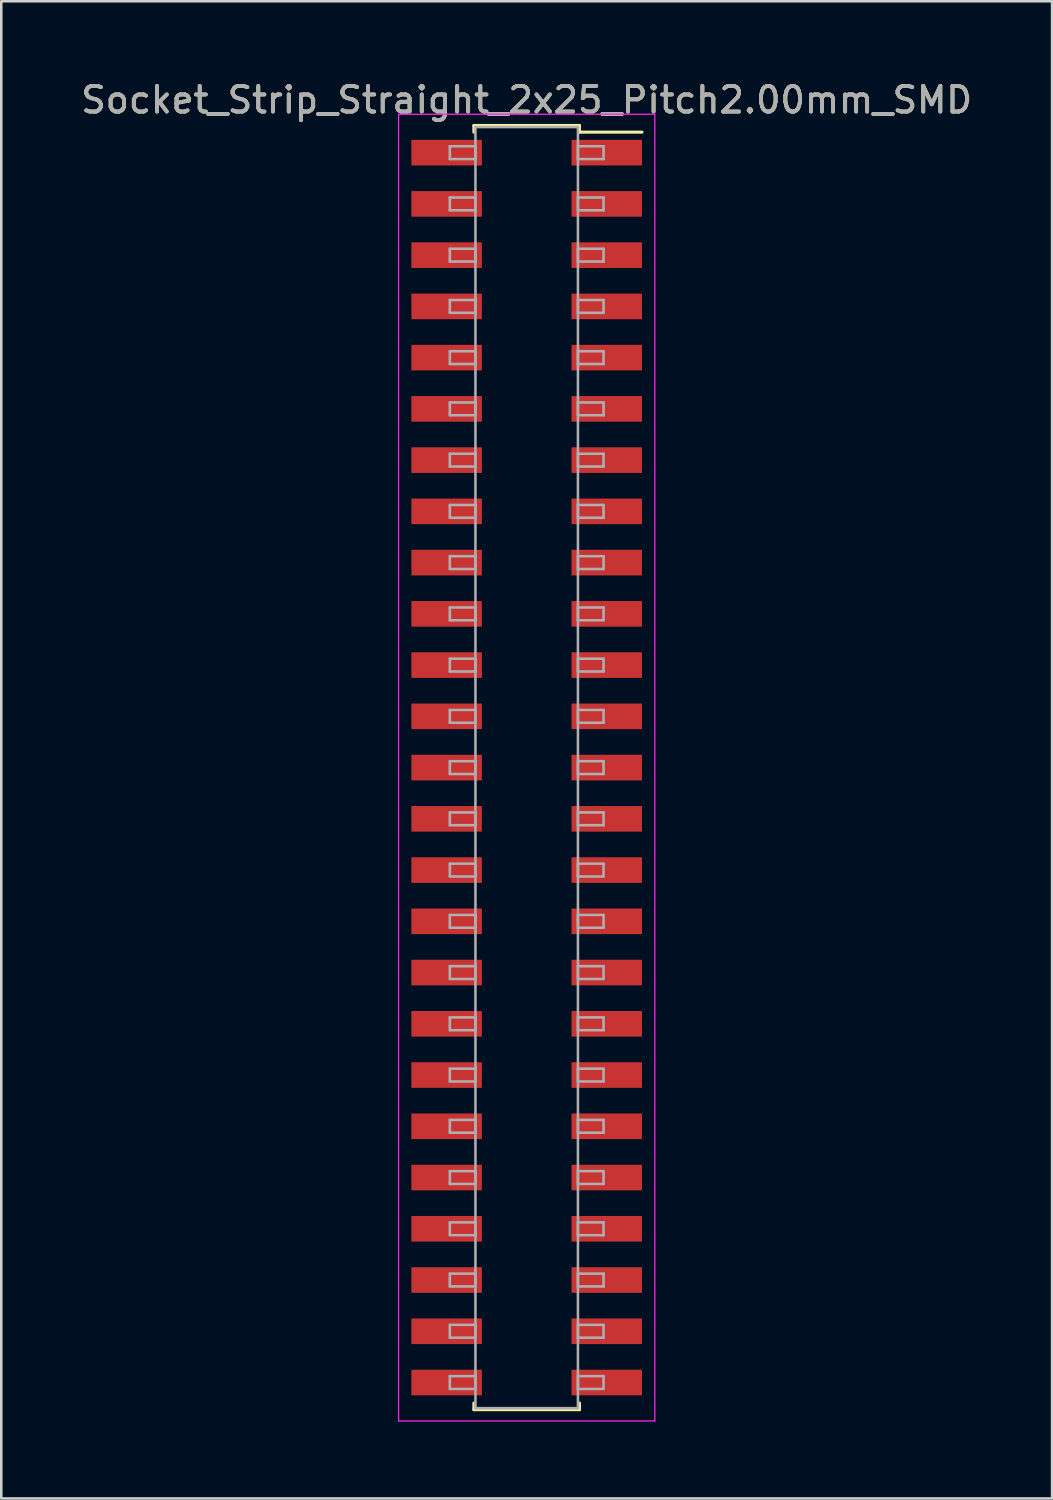
<source format=kicad_pcb>
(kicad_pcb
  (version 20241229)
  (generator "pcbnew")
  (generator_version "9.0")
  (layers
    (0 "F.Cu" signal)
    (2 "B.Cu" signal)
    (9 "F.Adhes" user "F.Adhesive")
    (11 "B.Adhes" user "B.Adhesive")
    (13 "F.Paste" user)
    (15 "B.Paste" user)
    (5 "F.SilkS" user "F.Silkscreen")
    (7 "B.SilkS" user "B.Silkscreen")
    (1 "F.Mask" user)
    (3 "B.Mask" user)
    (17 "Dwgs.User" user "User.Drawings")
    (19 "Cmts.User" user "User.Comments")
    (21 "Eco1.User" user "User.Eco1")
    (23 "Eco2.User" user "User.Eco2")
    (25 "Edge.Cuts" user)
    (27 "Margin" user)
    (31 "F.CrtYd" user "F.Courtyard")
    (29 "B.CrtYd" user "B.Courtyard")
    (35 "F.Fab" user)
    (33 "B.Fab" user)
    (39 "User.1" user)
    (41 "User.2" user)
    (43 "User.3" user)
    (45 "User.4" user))
  (footprint "Socket_Strip_Straight_2x25_Pitch2.00mm_SMD"
    (layer "F.Cu")
    (at 17.506 26.908)
    (property "Reference" "Socket_Strip_Straight_2x25_Pitch2.00mm_SMD" (at 0 -26.06 0) (layer "F.SilkS") (effects (font (size 1 1) (thickness 0.15))))
    (attr smd)
    (fp_line (start -2.06 -25.06) (end 2.06 -25.06) (stroke (width 0.12) (type solid)) (layer "F.SilkS"))
    (fp_line (start -2.06 -24.8) (end -2.06 -25.06) (stroke (width 0.12) (type solid)) (layer "F.SilkS"))
    (fp_line (start -2.06 24.8) (end -2.06 25.06) (stroke (width 0.12) (type solid)) (layer "F.SilkS"))
    (fp_line (start -2.06 25.06) (end 2.06 25.06) (stroke (width 0.12) (type solid)) (layer "F.SilkS"))
    (fp_line (start 2.06 -25.06) (end 2.06 -24.8) (stroke (width 0.12) (type solid)) (layer "F.SilkS"))
    (fp_line (start 2.06 25.06) (end 2.06 24.8) (stroke (width 0.12) (type solid)) (layer "F.SilkS"))
    (fp_line (start 4.5 -24.8) (end 2.06 -24.8) (stroke (width 0.12) (type solid)) (layer "F.SilkS"))
    (fp_line (start -5 -25.5) (end -5 25.5) (stroke (width 0.05) (type solid)) (layer "F.CrtYd"))
    (fp_line (start -5 25.5) (end 5 25.5) (stroke (width 0.05) (type solid)) (layer "F.CrtYd"))
    (fp_line (start 5 -25.5) (end -5 -25.5) (stroke (width 0.05) (type solid)) (layer "F.CrtYd"))
    (fp_line (start 5 25.5) (end 5 -25.5) (stroke (width 0.05) (type solid)) (layer "F.CrtYd"))
    (fp_line (start -3 -24.25) (end -2 -24.25) (stroke (width 0.1) (type solid)) (layer "F.Fab"))
    (fp_line (start -3 -23.75) (end -3 -24.25) (stroke (width 0.1) (type solid)) (layer "F.Fab"))
    (fp_line (start -3 -22.25) (end -2 -22.25) (stroke (width 0.1) (type solid)) (layer "F.Fab"))
    (fp_line (start -3 -21.75) (end -3 -22.25) (stroke (width 0.1) (type solid)) (layer "F.Fab"))
    (fp_line (start -3 -20.25) (end -2 -20.25) (stroke (width 0.1) (type solid)) (layer "F.Fab"))
    (fp_line (start -3 -19.75) (end -3 -20.25) (stroke (width 0.1) (type solid)) (layer "F.Fab"))
    (fp_line (start -3 -18.25) (end -2 -18.25) (stroke (width 0.1) (type solid)) (layer "F.Fab"))
    (fp_line (start -3 -17.75) (end -3 -18.25) (stroke (width 0.1) (type solid)) (layer "F.Fab"))
    (fp_line (start -3 -16.25) (end -2 -16.25) (stroke (width 0.1) (type solid)) (layer "F.Fab"))
    (fp_line (start -3 -15.75) (end -3 -16.25) (stroke (width 0.1) (type solid)) (layer "F.Fab"))
    (fp_line (start -3 -14.25) (end -2 -14.25) (stroke (width 0.1) (type solid)) (layer "F.Fab"))
    (fp_line (start -3 -13.75) (end -3 -14.25) (stroke (width 0.1) (type solid)) (layer "F.Fab"))
    (fp_line (start -3 -12.25) (end -2 -12.25) (stroke (width 0.1) (type solid)) (layer "F.Fab"))
    (fp_line (start -3 -11.75) (end -3 -12.25) (stroke (width 0.1) (type solid)) (layer "F.Fab"))
    (fp_line (start -3 -10.25) (end -2 -10.25) (stroke (width 0.1) (type solid)) (layer "F.Fab"))
    (fp_line (start -3 -9.75) (end -3 -10.25) (stroke (width 0.1) (type solid)) (layer "F.Fab"))
    (fp_line (start -3 -8.25) (end -2 -8.25) (stroke (width 0.1) (type solid)) (layer "F.Fab"))
    (fp_line (start -3 -7.75) (end -3 -8.25) (stroke (width 0.1) (type solid)) (layer "F.Fab"))
    (fp_line (start -3 -6.25) (end -2 -6.25) (stroke (width 0.1) (type solid)) (layer "F.Fab"))
    (fp_line (start -3 -5.75) (end -3 -6.25) (stroke (width 0.1) (type solid)) (layer "F.Fab"))
    (fp_line (start -3 -4.25) (end -2 -4.25) (stroke (width 0.1) (type solid)) (layer "F.Fab"))
    (fp_line (start -3 -3.75) (end -3 -4.25) (stroke (width 0.1) (type solid)) (layer "F.Fab"))
    (fp_line (start -3 -2.25) (end -2 -2.25) (stroke (width 0.1) (type solid)) (layer "F.Fab"))
    (fp_line (start -3 -1.75) (end -3 -2.25) (stroke (width 0.1) (type solid)) (layer "F.Fab"))
    (fp_line (start -3 -0.25) (end -2 -0.25) (stroke (width 0.1) (type solid)) (layer "F.Fab"))
    (fp_line (start -3 0.25) (end -3 -0.25) (stroke (width 0.1) (type solid)) (layer "F.Fab"))
    (fp_line (start -3 1.75) (end -2 1.75) (stroke (width 0.1) (type solid)) (layer "F.Fab"))
    (fp_line (start -3 2.25) (end -3 1.75) (stroke (width 0.1) (type solid)) (layer "F.Fab"))
    (fp_line (start -3 3.75) (end -2 3.75) (stroke (width 0.1) (type solid)) (layer "F.Fab"))
    (fp_line (start -3 4.25) (end -3 3.75) (stroke (width 0.1) (type solid)) (layer "F.Fab"))
    (fp_line (start -3 5.75) (end -2 5.75) (stroke (width 0.1) (type solid)) (layer "F.Fab"))
    (fp_line (start -3 6.25) (end -3 5.75) (stroke (width 0.1) (type solid)) (layer "F.Fab"))
    (fp_line (start -3 7.75) (end -2 7.75) (stroke (width 0.1) (type solid)) (layer "F.Fab"))
    (fp_line (start -3 8.25) (end -3 7.75) (stroke (width 0.1) (type solid)) (layer "F.Fab"))
    (fp_line (start -3 9.75) (end -2 9.75) (stroke (width 0.1) (type solid)) (layer "F.Fab"))
    (fp_line (start -3 10.25) (end -3 9.75) (stroke (width 0.1) (type solid)) (layer "F.Fab"))
    (fp_line (start -3 11.75) (end -2 11.75) (stroke (width 0.1) (type solid)) (layer "F.Fab"))
    (fp_line (start -3 12.25) (end -3 11.75) (stroke (width 0.1) (type solid)) (layer "F.Fab"))
    (fp_line (start -3 13.75) (end -2 13.75) (stroke (width 0.1) (type solid)) (layer "F.Fab"))
    (fp_line (start -3 14.25) (end -3 13.75) (stroke (width 0.1) (type solid)) (layer "F.Fab"))
    (fp_line (start -3 15.75) (end -2 15.75) (stroke (width 0.1) (type solid)) (layer "F.Fab"))
    (fp_line (start -3 16.25) (end -3 15.75) (stroke (width 0.1) (type solid)) (layer "F.Fab"))
    (fp_line (start -3 17.75) (end -2 17.75) (stroke (width 0.1) (type solid)) (layer "F.Fab"))
    (fp_line (start -3 18.25) (end -3 17.75) (stroke (width 0.1) (type solid)) (layer "F.Fab"))
    (fp_line (start -3 19.75) (end -2 19.75) (stroke (width 0.1) (type solid)) (layer "F.Fab"))
    (fp_line (start -3 20.25) (end -3 19.75) (stroke (width 0.1) (type solid)) (layer "F.Fab"))
    (fp_line (start -3 21.75) (end -2 21.75) (stroke (width 0.1) (type solid)) (layer "F.Fab"))
    (fp_line (start -3 22.25) (end -3 21.75) (stroke (width 0.1) (type solid)) (layer "F.Fab"))
    (fp_line (start -3 23.75) (end -2 23.75) (stroke (width 0.1) (type solid)) (layer "F.Fab"))
    (fp_line (start -3 24.25) (end -3 23.75) (stroke (width 0.1) (type solid)) (layer "F.Fab"))
    (fp_line (start -2 -25) (end -2 25) (stroke (width 0.1) (type solid)) (layer "F.Fab"))
    (fp_line (start -2 -24.25) (end -2 -23.75) (stroke (width 0.1) (type solid)) (layer "F.Fab"))
    (fp_line (start -2 -23.75) (end -3 -23.75) (stroke (width 0.1) (type solid)) (layer "F.Fab"))
    (fp_line (start -2 -22.25) (end -2 -21.75) (stroke (width 0.1) (type solid)) (layer "F.Fab"))
    (fp_line (start -2 -21.75) (end -3 -21.75) (stroke (width 0.1) (type solid)) (layer "F.Fab"))
    (fp_line (start -2 -20.25) (end -2 -19.75) (stroke (width 0.1) (type solid)) (layer "F.Fab"))
    (fp_line (start -2 -19.75) (end -3 -19.75) (stroke (width 0.1) (type solid)) (layer "F.Fab"))
    (fp_line (start -2 -18.25) (end -2 -17.75) (stroke (width 0.1) (type solid)) (layer "F.Fab"))
    (fp_line (start -2 -17.75) (end -3 -17.75) (stroke (width 0.1) (type solid)) (layer "F.Fab"))
    (fp_line (start -2 -16.25) (end -2 -15.75) (stroke (width 0.1) (type solid)) (layer "F.Fab"))
    (fp_line (start -2 -15.75) (end -3 -15.75) (stroke (width 0.1) (type solid)) (layer "F.Fab"))
    (fp_line (start -2 -14.25) (end -2 -13.75) (stroke (width 0.1) (type solid)) (layer "F.Fab"))
    (fp_line (start -2 -13.75) (end -3 -13.75) (stroke (width 0.1) (type solid)) (layer "F.Fab"))
    (fp_line (start -2 -12.25) (end -2 -11.75) (stroke (width 0.1) (type solid)) (layer "F.Fab"))
    (fp_line (start -2 -11.75) (end -3 -11.75) (stroke (width 0.1) (type solid)) (layer "F.Fab"))
    (fp_line (start -2 -10.25) (end -2 -9.75) (stroke (width 0.1) (type solid)) (layer "F.Fab"))
    (fp_line (start -2 -9.75) (end -3 -9.75) (stroke (width 0.1) (type solid)) (layer "F.Fab"))
    (fp_line (start -2 -8.25) (end -2 -7.75) (stroke (width 0.1) (type solid)) (layer "F.Fab"))
    (fp_line (start -2 -7.75) (end -3 -7.75) (stroke (width 0.1) (type solid)) (layer "F.Fab"))
    (fp_line (start -2 -6.25) (end -2 -5.75) (stroke (width 0.1) (type solid)) (layer "F.Fab"))
    (fp_line (start -2 -5.75) (end -3 -5.75) (stroke (width 0.1) (type solid)) (layer "F.Fab"))
    (fp_line (start -2 -4.25) (end -2 -3.75) (stroke (width 0.1) (type solid)) (layer "F.Fab"))
    (fp_line (start -2 -3.75) (end -3 -3.75) (stroke (width 0.1) (type solid)) (layer "F.Fab"))
    (fp_line (start -2 -2.25) (end -2 -1.75) (stroke (width 0.1) (type solid)) (layer "F.Fab"))
    (fp_line (start -2 -1.75) (end -3 -1.75) (stroke (width 0.1) (type solid)) (layer "F.Fab"))
    (fp_line (start -2 -0.25) (end -2 0.25) (stroke (width 0.1) (type solid)) (layer "F.Fab"))
    (fp_line (start -2 0.25) (end -3 0.25) (stroke (width 0.1) (type solid)) (layer "F.Fab"))
    (fp_line (start -2 1.75) (end -2 2.25) (stroke (width 0.1) (type solid)) (layer "F.Fab"))
    (fp_line (start -2 2.25) (end -3 2.25) (stroke (width 0.1) (type solid)) (layer "F.Fab"))
    (fp_line (start -2 3.75) (end -2 4.25) (stroke (width 0.1) (type solid)) (layer "F.Fab"))
    (fp_line (start -2 4.25) (end -3 4.25) (stroke (width 0.1) (type solid)) (layer "F.Fab"))
    (fp_line (start -2 5.75) (end -2 6.25) (stroke (width 0.1) (type solid)) (layer "F.Fab"))
    (fp_line (start -2 6.25) (end -3 6.25) (stroke (width 0.1) (type solid)) (layer "F.Fab"))
    (fp_line (start -2 7.75) (end -2 8.25) (stroke (width 0.1) (type solid)) (layer "F.Fab"))
    (fp_line (start -2 8.25) (end -3 8.25) (stroke (width 0.1) (type solid)) (layer "F.Fab"))
    (fp_line (start -2 9.75) (end -2 10.25) (stroke (width 0.1) (type solid)) (layer "F.Fab"))
    (fp_line (start -2 10.25) (end -3 10.25) (stroke (width 0.1) (type solid)) (layer "F.Fab"))
    (fp_line (start -2 11.75) (end -2 12.25) (stroke (width 0.1) (type solid)) (layer "F.Fab"))
    (fp_line (start -2 12.25) (end -3 12.25) (stroke (width 0.1) (type solid)) (layer "F.Fab"))
    (fp_line (start -2 13.75) (end -2 14.25) (stroke (width 0.1) (type solid)) (layer "F.Fab"))
    (fp_line (start -2 14.25) (end -3 14.25) (stroke (width 0.1) (type solid)) (layer "F.Fab"))
    (fp_line (start -2 15.75) (end -2 16.25) (stroke (width 0.1) (type solid)) (layer "F.Fab"))
    (fp_line (start -2 16.25) (end -3 16.25) (stroke (width 0.1) (type solid)) (layer "F.Fab"))
    (fp_line (start -2 17.75) (end -2 18.25) (stroke (width 0.1) (type solid)) (layer "F.Fab"))
    (fp_line (start -2 18.25) (end -3 18.25) (stroke (width 0.1) (type solid)) (layer "F.Fab"))
    (fp_line (start -2 19.75) (end -2 20.25) (stroke (width 0.1) (type solid)) (layer "F.Fab"))
    (fp_line (start -2 20.25) (end -3 20.25) (stroke (width 0.1) (type solid)) (layer "F.Fab"))
    (fp_line (start -2 21.75) (end -2 22.25) (stroke (width 0.1) (type solid)) (layer "F.Fab"))
    (fp_line (start -2 22.25) (end -3 22.25) (stroke (width 0.1) (type solid)) (layer "F.Fab"))
    (fp_line (start -2 23.75) (end -2 24.25) (stroke (width 0.1) (type solid)) (layer "F.Fab"))
    (fp_line (start -2 24.25) (end -3 24.25) (stroke (width 0.1) (type solid)) (layer "F.Fab"))
    (fp_line (start -2 25) (end 2 25) (stroke (width 0.1) (type solid)) (layer "F.Fab"))
    (fp_line (start 2 -25) (end -2 -25) (stroke (width 0.1) (type solid)) (layer "F.Fab"))
    (fp_line (start 2 -24.25) (end 2 -23.75) (stroke (width 0.1) (type solid)) (layer "F.Fab"))
    (fp_line (start 2 -23.75) (end 3 -23.75) (stroke (width 0.1) (type solid)) (layer "F.Fab"))
    (fp_line (start 2 -22.25) (end 2 -21.75) (stroke (width 0.1) (type solid)) (layer "F.Fab"))
    (fp_line (start 2 -21.75) (end 3 -21.75) (stroke (width 0.1) (type solid)) (layer "F.Fab"))
    (fp_line (start 2 -20.25) (end 2 -19.75) (stroke (width 0.1) (type solid)) (layer "F.Fab"))
    (fp_line (start 2 -19.75) (end 3 -19.75) (stroke (width 0.1) (type solid)) (layer "F.Fab"))
    (fp_line (start 2 -18.25) (end 2 -17.75) (stroke (width 0.1) (type solid)) (layer "F.Fab"))
    (fp_line (start 2 -17.75) (end 3 -17.75) (stroke (width 0.1) (type solid)) (layer "F.Fab"))
    (fp_line (start 2 -16.25) (end 2 -15.75) (stroke (width 0.1) (type solid)) (layer "F.Fab"))
    (fp_line (start 2 -15.75) (end 3 -15.75) (stroke (width 0.1) (type solid)) (layer "F.Fab"))
    (fp_line (start 2 -14.25) (end 2 -13.75) (stroke (width 0.1) (type solid)) (layer "F.Fab"))
    (fp_line (start 2 -13.75) (end 3 -13.75) (stroke (width 0.1) (type solid)) (layer "F.Fab"))
    (fp_line (start 2 -12.25) (end 2 -11.75) (stroke (width 0.1) (type solid)) (layer "F.Fab"))
    (fp_line (start 2 -11.75) (end 3 -11.75) (stroke (width 0.1) (type solid)) (layer "F.Fab"))
    (fp_line (start 2 -10.25) (end 2 -9.75) (stroke (width 0.1) (type solid)) (layer "F.Fab"))
    (fp_line (start 2 -9.75) (end 3 -9.75) (stroke (width 0.1) (type solid)) (layer "F.Fab"))
    (fp_line (start 2 -8.25) (end 2 -7.75) (stroke (width 0.1) (type solid)) (layer "F.Fab"))
    (fp_line (start 2 -7.75) (end 3 -7.75) (stroke (width 0.1) (type solid)) (layer "F.Fab"))
    (fp_line (start 2 -6.25) (end 2 -5.75) (stroke (width 0.1) (type solid)) (layer "F.Fab"))
    (fp_line (start 2 -5.75) (end 3 -5.75) (stroke (width 0.1) (type solid)) (layer "F.Fab"))
    (fp_line (start 2 -4.25) (end 2 -3.75) (stroke (width 0.1) (type solid)) (layer "F.Fab"))
    (fp_line (start 2 -3.75) (end 3 -3.75) (stroke (width 0.1) (type solid)) (layer "F.Fab"))
    (fp_line (start 2 -2.25) (end 2 -1.75) (stroke (width 0.1) (type solid)) (layer "F.Fab"))
    (fp_line (start 2 -1.75) (end 3 -1.75) (stroke (width 0.1) (type solid)) (layer "F.Fab"))
    (fp_line (start 2 -0.25) (end 2 0.25) (stroke (width 0.1) (type solid)) (layer "F.Fab"))
    (fp_line (start 2 0.25) (end 3 0.25) (stroke (width 0.1) (type solid)) (layer "F.Fab"))
    (fp_line (start 2 1.75) (end 2 2.25) (stroke (width 0.1) (type solid)) (layer "F.Fab"))
    (fp_line (start 2 2.25) (end 3 2.25) (stroke (width 0.1) (type solid)) (layer "F.Fab"))
    (fp_line (start 2 3.75) (end 2 4.25) (stroke (width 0.1) (type solid)) (layer "F.Fab"))
    (fp_line (start 2 4.25) (end 3 4.25) (stroke (width 0.1) (type solid)) (layer "F.Fab"))
    (fp_line (start 2 5.75) (end 2 6.25) (stroke (width 0.1) (type solid)) (layer "F.Fab"))
    (fp_line (start 2 6.25) (end 3 6.25) (stroke (width 0.1) (type solid)) (layer "F.Fab"))
    (fp_line (start 2 7.75) (end 2 8.25) (stroke (width 0.1) (type solid)) (layer "F.Fab"))
    (fp_line (start 2 8.25) (end 3 8.25) (stroke (width 0.1) (type solid)) (layer "F.Fab"))
    (fp_line (start 2 9.75) (end 2 10.25) (stroke (width 0.1) (type solid)) (layer "F.Fab"))
    (fp_line (start 2 10.25) (end 3 10.25) (stroke (width 0.1) (type solid)) (layer "F.Fab"))
    (fp_line (start 2 11.75) (end 2 12.25) (stroke (width 0.1) (type solid)) (layer "F.Fab"))
    (fp_line (start 2 12.25) (end 3 12.25) (stroke (width 0.1) (type solid)) (layer "F.Fab"))
    (fp_line (start 2 13.75) (end 2 14.25) (stroke (width 0.1) (type solid)) (layer "F.Fab"))
    (fp_line (start 2 14.25) (end 3 14.25) (stroke (width 0.1) (type solid)) (layer "F.Fab"))
    (fp_line (start 2 15.75) (end 2 16.25) (stroke (width 0.1) (type solid)) (layer "F.Fab"))
    (fp_line (start 2 16.25) (end 3 16.25) (stroke (width 0.1) (type solid)) (layer "F.Fab"))
    (fp_line (start 2 17.75) (end 2 18.25) (stroke (width 0.1) (type solid)) (layer "F.Fab"))
    (fp_line (start 2 18.25) (end 3 18.25) (stroke (width 0.1) (type solid)) (layer "F.Fab"))
    (fp_line (start 2 19.75) (end 2 20.25) (stroke (width 0.1) (type solid)) (layer "F.Fab"))
    (fp_line (start 2 20.25) (end 3 20.25) (stroke (width 0.1) (type solid)) (layer "F.Fab"))
    (fp_line (start 2 21.75) (end 2 22.25) (stroke (width 0.1) (type solid)) (layer "F.Fab"))
    (fp_line (start 2 22.25) (end 3 22.25) (stroke (width 0.1) (type solid)) (layer "F.Fab"))
    (fp_line (start 2 23.75) (end 2 24.25) (stroke (width 0.1) (type solid)) (layer "F.Fab"))
    (fp_line (start 2 24.25) (end 3 24.25) (stroke (width 0.1) (type solid)) (layer "F.Fab"))
    (fp_line (start 2 25) (end 2 -25) (stroke (width 0.1) (type solid)) (layer "F.Fab"))
    (fp_line (start 3 -24.25) (end 2 -24.25) (stroke (width 0.1) (type solid)) (layer "F.Fab"))
    (fp_line (start 3 -23.75) (end 3 -24.25) (stroke (width 0.1) (type solid)) (layer "F.Fab"))
    (fp_line (start 3 -22.25) (end 2 -22.25) (stroke (width 0.1) (type solid)) (layer "F.Fab"))
    (fp_line (start 3 -21.75) (end 3 -22.25) (stroke (width 0.1) (type solid)) (layer "F.Fab"))
    (fp_line (start 3 -20.25) (end 2 -20.25) (stroke (width 0.1) (type solid)) (layer "F.Fab"))
    (fp_line (start 3 -19.75) (end 3 -20.25) (stroke (width 0.1) (type solid)) (layer "F.Fab"))
    (fp_line (start 3 -18.25) (end 2 -18.25) (stroke (width 0.1) (type solid)) (layer "F.Fab"))
    (fp_line (start 3 -17.75) (end 3 -18.25) (stroke (width 0.1) (type solid)) (layer "F.Fab"))
    (fp_line (start 3 -16.25) (end 2 -16.25) (stroke (width 0.1) (type solid)) (layer "F.Fab"))
    (fp_line (start 3 -15.75) (end 3 -16.25) (stroke (width 0.1) (type solid)) (layer "F.Fab"))
    (fp_line (start 3 -14.25) (end 2 -14.25) (stroke (width 0.1) (type solid)) (layer "F.Fab"))
    (fp_line (start 3 -13.75) (end 3 -14.25) (stroke (width 0.1) (type solid)) (layer "F.Fab"))
    (fp_line (start 3 -12.25) (end 2 -12.25) (stroke (width 0.1) (type solid)) (layer "F.Fab"))
    (fp_line (start 3 -11.75) (end 3 -12.25) (stroke (width 0.1) (type solid)) (layer "F.Fab"))
    (fp_line (start 3 -10.25) (end 2 -10.25) (stroke (width 0.1) (type solid)) (layer "F.Fab"))
    (fp_line (start 3 -9.75) (end 3 -10.25) (stroke (width 0.1) (type solid)) (layer "F.Fab"))
    (fp_line (start 3 -8.25) (end 2 -8.25) (stroke (width 0.1) (type solid)) (layer "F.Fab"))
    (fp_line (start 3 -7.75) (end 3 -8.25) (stroke (width 0.1) (type solid)) (layer "F.Fab"))
    (fp_line (start 3 -6.25) (end 2 -6.25) (stroke (width 0.1) (type solid)) (layer "F.Fab"))
    (fp_line (start 3 -5.75) (end 3 -6.25) (stroke (width 0.1) (type solid)) (layer "F.Fab"))
    (fp_line (start 3 -4.25) (end 2 -4.25) (stroke (width 0.1) (type solid)) (layer "F.Fab"))
    (fp_line (start 3 -3.75) (end 3 -4.25) (stroke (width 0.1) (type solid)) (layer "F.Fab"))
    (fp_line (start 3 -2.25) (end 2 -2.25) (stroke (width 0.1) (type solid)) (layer "F.Fab"))
    (fp_line (start 3 -1.75) (end 3 -2.25) (stroke (width 0.1) (type solid)) (layer "F.Fab"))
    (fp_line (start 3 -0.25) (end 2 -0.25) (stroke (width 0.1) (type solid)) (layer "F.Fab"))
    (fp_line (start 3 0.25) (end 3 -0.25) (stroke (width 0.1) (type solid)) (layer "F.Fab"))
    (fp_line (start 3 1.75) (end 2 1.75) (stroke (width 0.1) (type solid)) (layer "F.Fab"))
    (fp_line (start 3 2.25) (end 3 1.75) (stroke (width 0.1) (type solid)) (layer "F.Fab"))
    (fp_line (start 3 3.75) (end 2 3.75) (stroke (width 0.1) (type solid)) (layer "F.Fab"))
    (fp_line (start 3 4.25) (end 3 3.75) (stroke (width 0.1) (type solid)) (layer "F.Fab"))
    (fp_line (start 3 5.75) (end 2 5.75) (stroke (width 0.1) (type solid)) (layer "F.Fab"))
    (fp_line (start 3 6.25) (end 3 5.75) (stroke (width 0.1) (type solid)) (layer "F.Fab"))
    (fp_line (start 3 7.75) (end 2 7.75) (stroke (width 0.1) (type solid)) (layer "F.Fab"))
    (fp_line (start 3 8.25) (end 3 7.75) (stroke (width 0.1) (type solid)) (layer "F.Fab"))
    (fp_line (start 3 9.75) (end 2 9.75) (stroke (width 0.1) (type solid)) (layer "F.Fab"))
    (fp_line (start 3 10.25) (end 3 9.75) (stroke (width 0.1) (type solid)) (layer "F.Fab"))
    (fp_line (start 3 11.75) (end 2 11.75) (stroke (width 0.1) (type solid)) (layer "F.Fab"))
    (fp_line (start 3 12.25) (end 3 11.75) (stroke (width 0.1) (type solid)) (layer "F.Fab"))
    (fp_line (start 3 13.75) (end 2 13.75) (stroke (width 0.1) (type solid)) (layer "F.Fab"))
    (fp_line (start 3 14.25) (end 3 13.75) (stroke (width 0.1) (type solid)) (layer "F.Fab"))
    (fp_line (start 3 15.75) (end 2 15.75) (stroke (width 0.1) (type solid)) (layer "F.Fab"))
    (fp_line (start 3 16.25) (end 3 15.75) (stroke (width 0.1) (type solid)) (layer "F.Fab"))
    (fp_line (start 3 17.75) (end 2 17.75) (stroke (width 0.1) (type solid)) (layer "F.Fab"))
    (fp_line (start 3 18.25) (end 3 17.75) (stroke (width 0.1) (type solid)) (layer "F.Fab"))
    (fp_line (start 3 19.75) (end 2 19.75) (stroke (width 0.1) (type solid)) (layer "F.Fab"))
    (fp_line (start 3 20.25) (end 3 19.75) (stroke (width 0.1) (type solid)) (layer "F.Fab"))
    (fp_line (start 3 21.75) (end 2 21.75) (stroke (width 0.1) (type solid)) (layer "F.Fab"))
    (fp_line (start 3 22.25) (end 3 21.75) (stroke (width 0.1) (type solid)) (layer "F.Fab"))
    (fp_line (start 3 23.75) (end 2 23.75) (stroke (width 0.1) (type solid)) (layer "F.Fab"))
    (fp_line (start 3 24.25) (end 3 23.75) (stroke (width 0.1) (type solid)) (layer "F.Fab"))
    (fp_text user "${REFERENCE}" (at 0 -26.06 0) (layer "F.Fab") (effects (font (size 1 1) (thickness 0.15))))
    (pad "1" smd rect (at 3.125 -24) (size 2.75 1) (layers "F.Cu" "F.Mask" "F.Paste"))
    (pad "2" smd rect (at -3.125 -24) (size 2.75 1) (layers "F.Cu" "F.Mask" "F.Paste"))
    (pad "3" smd rect (at 3.125 -22) (size 2.75 1) (layers "F.Cu" "F.Mask" "F.Paste"))
    (pad "4" smd rect (at -3.125 -22) (size 2.75 1) (layers "F.Cu" "F.Mask" "F.Paste"))
    (pad "5" smd rect (at 3.125 -20) (size 2.75 1) (layers "F.Cu" "F.Mask" "F.Paste"))
    (pad "6" smd rect (at -3.125 -20) (size 2.75 1) (layers "F.Cu" "F.Mask" "F.Paste"))
    (pad "7" smd rect (at 3.125 -18) (size 2.75 1) (layers "F.Cu" "F.Mask" "F.Paste"))
    (pad "8" smd rect (at -3.125 -18) (size 2.75 1) (layers "F.Cu" "F.Mask" "F.Paste"))
    (pad "9" smd rect (at 3.125 -16) (size 2.75 1) (layers "F.Cu" "F.Mask" "F.Paste"))
    (pad "10" smd rect (at -3.125 -16) (size 2.75 1) (layers "F.Cu" "F.Mask" "F.Paste"))
    (pad "11" smd rect (at 3.125 -14) (size 2.75 1) (layers "F.Cu" "F.Mask" "F.Paste"))
    (pad "12" smd rect (at -3.125 -14) (size 2.75 1) (layers "F.Cu" "F.Mask" "F.Paste"))
    (pad "13" smd rect (at 3.125 -12) (size 2.75 1) (layers "F.Cu" "F.Mask" "F.Paste"))
    (pad "14" smd rect (at -3.125 -12) (size 2.75 1) (layers "F.Cu" "F.Mask" "F.Paste"))
    (pad "15" smd rect (at 3.125 -10) (size 2.75 1) (layers "F.Cu" "F.Mask" "F.Paste"))
    (pad "16" smd rect (at -3.125 -10) (size 2.75 1) (layers "F.Cu" "F.Mask" "F.Paste"))
    (pad "17" smd rect (at 3.125 -8) (size 2.75 1) (layers "F.Cu" "F.Mask" "F.Paste"))
    (pad "18" smd rect (at -3.125 -8) (size 2.75 1) (layers "F.Cu" "F.Mask" "F.Paste"))
    (pad "19" smd rect (at 3.125 -6) (size 2.75 1) (layers "F.Cu" "F.Mask" "F.Paste"))
    (pad "20" smd rect (at -3.125 -6) (size 2.75 1) (layers "F.Cu" "F.Mask" "F.Paste"))
    (pad "21" smd rect (at 3.125 -4) (size 2.75 1) (layers "F.Cu" "F.Mask" "F.Paste"))
    (pad "22" smd rect (at -3.125 -4) (size 2.75 1) (layers "F.Cu" "F.Mask" "F.Paste"))
    (pad "23" smd rect (at 3.125 -2) (size 2.75 1) (layers "F.Cu" "F.Mask" "F.Paste"))
    (pad "24" smd rect (at -3.125 -2) (size 2.75 1) (layers "F.Cu" "F.Mask" "F.Paste"))
    (pad "25" smd rect (at 3.125 0) (size 2.75 1) (layers "F.Cu" "F.Mask" "F.Paste"))
    (pad "26" smd rect (at -3.125 0) (size 2.75 1) (layers "F.Cu" "F.Mask" "F.Paste"))
    (pad "27" smd rect (at 3.125 2) (size 2.75 1) (layers "F.Cu" "F.Mask" "F.Paste"))
    (pad "28" smd rect (at -3.125 2) (size 2.75 1) (layers "F.Cu" "F.Mask" "F.Paste"))
    (pad "29" smd rect (at 3.125 4) (size 2.75 1) (layers "F.Cu" "F.Mask" "F.Paste"))
    (pad "30" smd rect (at -3.125 4) (size 2.75 1) (layers "F.Cu" "F.Mask" "F.Paste"))
    (pad "31" smd rect (at 3.125 6) (size 2.75 1) (layers "F.Cu" "F.Mask" "F.Paste"))
    (pad "32" smd rect (at -3.125 6) (size 2.75 1) (layers "F.Cu" "F.Mask" "F.Paste"))
    (pad "33" smd rect (at 3.125 8) (size 2.75 1) (layers "F.Cu" "F.Mask" "F.Paste"))
    (pad "34" smd rect (at -3.125 8) (size 2.75 1) (layers "F.Cu" "F.Mask" "F.Paste"))
    (pad "35" smd rect (at 3.125 10) (size 2.75 1) (layers "F.Cu" "F.Mask" "F.Paste"))
    (pad "36" smd rect (at -3.125 10) (size 2.75 1) (layers "F.Cu" "F.Mask" "F.Paste"))
    (pad "37" smd rect (at 3.125 12) (size 2.75 1) (layers "F.Cu" "F.Mask" "F.Paste"))
    (pad "38" smd rect (at -3.125 12) (size 2.75 1) (layers "F.Cu" "F.Mask" "F.Paste"))
    (pad "39" smd rect (at 3.125 14) (size 2.75 1) (layers "F.Cu" "F.Mask" "F.Paste"))
    (pad "40" smd rect (at -3.125 14) (size 2.75 1) (layers "F.Cu" "F.Mask" "F.Paste"))
    (pad "41" smd rect (at 3.125 16) (size 2.75 1) (layers "F.Cu" "F.Mask" "F.Paste"))
    (pad "42" smd rect (at -3.125 16) (size 2.75 1) (layers "F.Cu" "F.Mask" "F.Paste"))
    (pad "43" smd rect (at 3.125 18) (size 2.75 1) (layers "F.Cu" "F.Mask" "F.Paste"))
    (pad "44" smd rect (at -3.125 18) (size 2.75 1) (layers "F.Cu" "F.Mask" "F.Paste"))
    (pad "45" smd rect (at 3.125 20) (size 2.75 1) (layers "F.Cu" "F.Mask" "F.Paste"))
    (pad "46" smd rect (at -3.125 20) (size 2.75 1) (layers "F.Cu" "F.Mask" "F.Paste"))
    (pad "47" smd rect (at 3.125 22) (size 2.75 1) (layers "F.Cu" "F.Mask" "F.Paste"))
    (pad "48" smd rect (at -3.125 22) (size 2.75 1) (layers "F.Cu" "F.Mask" "F.Paste"))
    (pad "49" smd rect (at 3.125 24) (size 2.75 1) (layers "F.Cu" "F.Mask" "F.Paste"))
    (pad "50" smd rect (at -3.125 24) (size 2.75 1) (layers "F.Cu" "F.Mask" "F.Paste")))
  (gr_rect
    (start -3 -3)
    (end 38.012 55.433)
    (stroke (width 0.1) (type default))
    (fill no)
    (layer "Edge.Cuts")))
</source>
